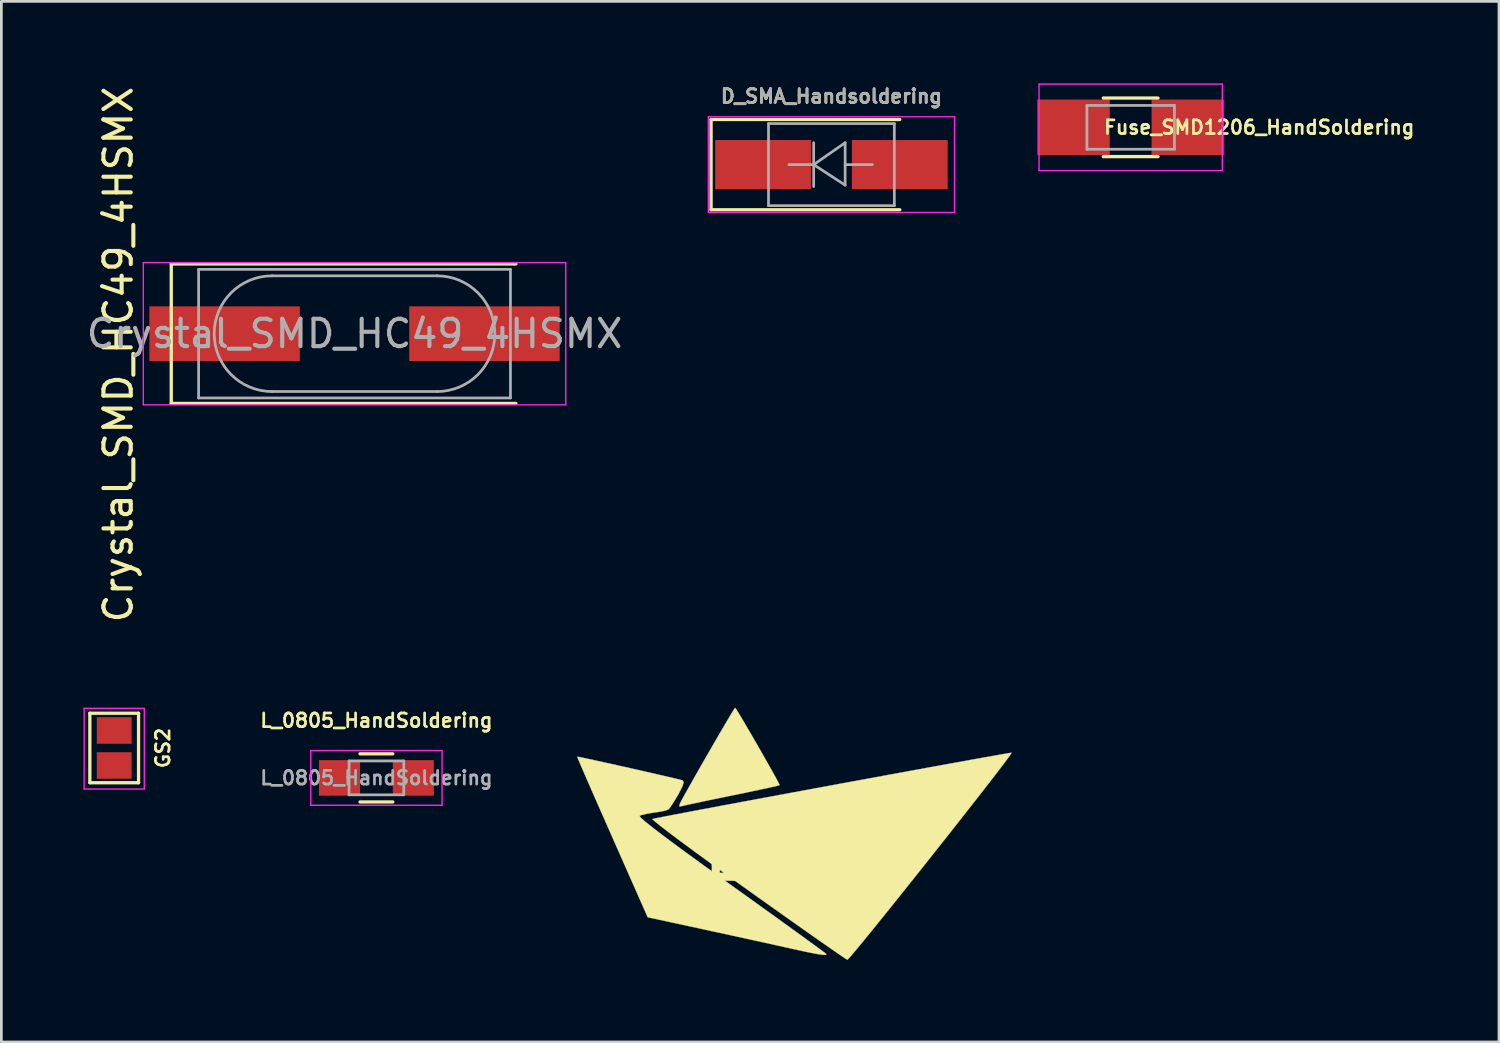
<source format=kicad_pcb>
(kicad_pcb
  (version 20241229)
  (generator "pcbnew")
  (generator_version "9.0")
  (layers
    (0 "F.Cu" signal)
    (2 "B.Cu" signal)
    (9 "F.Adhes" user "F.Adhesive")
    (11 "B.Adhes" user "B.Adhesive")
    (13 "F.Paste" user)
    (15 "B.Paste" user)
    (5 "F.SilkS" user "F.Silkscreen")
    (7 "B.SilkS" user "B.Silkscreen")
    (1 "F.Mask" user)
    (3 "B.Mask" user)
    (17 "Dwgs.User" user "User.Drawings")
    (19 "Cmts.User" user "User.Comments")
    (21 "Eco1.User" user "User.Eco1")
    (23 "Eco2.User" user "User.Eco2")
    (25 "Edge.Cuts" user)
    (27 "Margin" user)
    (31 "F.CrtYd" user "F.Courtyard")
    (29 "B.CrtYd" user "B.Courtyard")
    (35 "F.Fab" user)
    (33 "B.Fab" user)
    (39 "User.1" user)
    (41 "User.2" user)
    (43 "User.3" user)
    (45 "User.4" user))
  (footprint "D_SMA_Handsoldering"
    (layer "F.Cu")
    (at 27.346 2.968)
    (property "Reference" "D_SMA_Handsoldering" (at 0 -2.5 0) (layer "F.SilkS") (effects (font (size 0.5 0.5) (thickness 0.1))))
    (attr smd)
    (fp_line (start -4.4 -1.65) (end -4.4 1.65) (stroke (width 0.12) (type solid)) (layer "F.SilkS"))
    (fp_line (start -4.4 -1.65) (end 2.5 -1.65) (stroke (width 0.12) (type solid)) (layer "F.SilkS"))
    (fp_line (start -4.4 1.65) (end 2.5 1.65) (stroke (width 0.12) (type solid)) (layer "F.SilkS"))
    (fp_line (start -4.5 -1.75) (end 4.5 -1.75) (stroke (width 0.05) (type solid)) (layer "F.CrtYd"))
    (fp_line (start -4.5 1.75) (end -4.5 -1.75) (stroke (width 0.05) (type solid)) (layer "F.CrtYd"))
    (fp_line (start 4.5 -1.75) (end 4.5 1.75) (stroke (width 0.05) (type solid)) (layer "F.CrtYd"))
    (fp_line (start 4.5 1.75) (end -4.5 1.75) (stroke (width 0.05) (type solid)) (layer "F.CrtYd"))
    (fp_line (start -2.3 1.5) (end -2.3 -1.5) (stroke (width 0.1) (type solid)) (layer "F.Fab"))
    (fp_line (start -0.649 -0.799) (end -0.649 0.801) (stroke (width 0.1) (type solid)) (layer "F.Fab"))
    (fp_line (start -0.649 0.001) (end -1.551 0.001) (stroke (width 0.1) (type solid)) (layer "F.Fab"))
    (fp_line (start -0.649 0.001) (end 0.501 -0.799) (stroke (width 0.1) (type solid)) (layer "F.Fab"))
    (fp_line (start -0.649 0.001) (end 0.501 0.75) (stroke (width 0.1) (type solid)) (layer "F.Fab"))
    (fp_line (start 0.501 0.001) (end 1.499 0.001) (stroke (width 0.1) (type solid)) (layer "F.Fab"))
    (fp_line (start 0.501 0.75) (end 0.501 -0.799) (stroke (width 0.1) (type solid)) (layer "F.Fab"))
    (fp_line (start 2.3 -1.5) (end -2.3 -1.5) (stroke (width 0.1) (type solid)) (layer "F.Fab"))
    (fp_line (start 2.3 -1.5) (end 2.3 1.5) (stroke (width 0.1) (type solid)) (layer "F.Fab"))
    (fp_line (start 2.3 1.5) (end -2.3 1.5) (stroke (width 0.1) (type solid)) (layer "F.Fab"))
    (fp_text user "${REFERENCE}" (at 0 -2.5 0) (layer "F.Fab") (effects (font (size 0.5 0.5) (thickness 0.1))))
    (pad "1" smd rect (at -2.5 0) (size 3.5 1.8) (layers "F.Cu" "F.Mask" "F.Paste"))
    (pad "2" smd rect (at 2.5 0) (size 3.5 1.8) (layers "F.Cu" "F.Mask" "F.Paste")))
  (footprint "GS2"
    (layer "F.Cu")
    (at 1.125 24.296)
    (property "Reference" "GS2" (at 1.78 0 90) (layer "F.SilkS") (effects (font (size 0.5 0.5) (thickness 0.1))))
    (attr smd)
    (fp_line (start -0.89 -1.27) (end -0.89 1.27) (stroke (width 0.12) (type solid)) (layer "F.SilkS"))
    (fp_line (start -0.89 -1.27) (end 0.89 -1.27) (stroke (width 0.12) (type solid)) (layer "F.SilkS"))
    (fp_line (start 0.89 1.27) (end -0.89 1.27) (stroke (width 0.12) (type solid)) (layer "F.SilkS"))
    (fp_line (start 0.89 1.27) (end 0.89 -1.27) (stroke (width 0.12) (type solid)) (layer "F.SilkS"))
    (fp_line (start -1.1 -1.45) (end 1.1 -1.45) (stroke (width 0.05) (type solid)) (layer "F.CrtYd"))
    (fp_line (start -1.1 1.5) (end -1.1 -1.45) (stroke (width 0.05) (type solid)) (layer "F.CrtYd"))
    (fp_line (start 1.1 -1.45) (end 1.1 1.5) (stroke (width 0.05) (type solid)) (layer "F.CrtYd"))
    (fp_line (start 1.1 1.5) (end -1.1 1.5) (stroke (width 0.05) (type solid)) (layer "F.CrtYd"))
    (pad "1" smd rect (at 0 -0.64) (size 1.27 0.97) (layers "F.Cu" "F.Mask" "F.Paste"))
    (pad "2" smd rect (at 0 0.64) (size 1.27 0.97) (layers "F.Cu" "F.Mask" "F.Paste")))
  (footprint "Fuse_SMD1206_HandSoldering"
    (layer "F.Cu")
    (at 38.286 1.605)
    (property "Reference" "Fuse_SMD1206_HandSoldering" (at 4.699 0 0) (layer "F.SilkS") (effects (font (size 0.5 0.5) (thickness 0.1))))
    (attr smd)
    (fp_line (start -1 -1.07) (end 1 -1.07) (stroke (width 0.12) (type solid)) (layer "F.SilkS"))
    (fp_line (start 1 1.07) (end -1 1.07) (stroke (width 0.12) (type solid)) (layer "F.SilkS"))
    (fp_line (start -3.35 -1.58) (end -3.35 1.58) (stroke (width 0.05) (type solid)) (layer "F.CrtYd"))
    (fp_line (start -3.35 -1.58) (end 3.35 -1.58) (stroke (width 0.05) (type solid)) (layer "F.CrtYd"))
    (fp_line (start 3.35 1.58) (end -3.35 1.58) (stroke (width 0.05) (type solid)) (layer "F.CrtYd"))
    (fp_line (start 3.35 1.58) (end 3.35 -1.58) (stroke (width 0.05) (type solid)) (layer "F.CrtYd"))
    (fp_line (start -1.6 -0.8) (end 1.6 -0.8) (stroke (width 0.1) (type solid)) (layer "F.Fab"))
    (fp_line (start -1.6 0.8) (end -1.6 -0.8) (stroke (width 0.1) (type solid)) (layer "F.Fab"))
    (fp_line (start 1.6 -0.8) (end 1.6 0.8) (stroke (width 0.1) (type solid)) (layer "F.Fab"))
    (fp_line (start 1.6 0.8) (end -1.6 0.8) (stroke (width 0.1) (type solid)) (layer "F.Fab"))
    (pad "1" smd rect (at -2.09 0 90) (size 2.03 2.65) (layers "F.Cu" "F.Mask" "F.Paste"))
    (pad "2" smd rect (at 2.09 0 90) (size 2.03 2.65) (layers "F.Cu" "F.Mask" "F.Paste")))
  (footprint "Crystal_SMD_HC49_4HSMX"
    (layer "F.Cu")
    (at 9.911 9.149)
    (property "Reference" "Crystal_SMD_HC49_4HSMX" (at -8.636 0.762 90) (layer "F.SilkS") (effects (font (size 1 1) (thickness 0.15))))
    (attr smd)
    (fp_line (start -6.7 -2.55) (end -6.7 2.55) (stroke (width 0.12) (type solid)) (layer "F.SilkS"))
    (fp_line (start -6.7 2.55) (end 5.9 2.55) (stroke (width 0.12) (type solid)) (layer "F.SilkS"))
    (fp_line (start 5.9 -2.55) (end -6.7 -2.55) (stroke (width 0.12) (type solid)) (layer "F.SilkS"))
    (fp_line (start -7.722 -2.6) (end -7.722 2.6) (stroke (width 0.05) (type solid)) (layer "F.CrtYd"))
    (fp_line (start -7.722 2.6) (end 7.722 2.6) (stroke (width 0.05) (type solid)) (layer "F.CrtYd"))
    (fp_line (start 7.722 -2.6) (end -7.722 -2.6) (stroke (width 0.05) (type solid)) (layer "F.CrtYd"))
    (fp_line (start 7.722 2.6) (end 7.722 -2.6) (stroke (width 0.05) (type solid)) (layer "F.CrtYd"))
    (fp_line (start -5.7 -2.35) (end -5.7 2.35) (stroke (width 0.1) (type solid)) (layer "F.Fab"))
    (fp_line (start -5.7 2.35) (end 5.7 2.35) (stroke (width 0.1) (type solid)) (layer "F.Fab"))
    (fp_line (start -3.015 -2.115) (end 3.015 -2.115) (stroke (width 0.1) (type solid)) (layer "F.Fab"))
    (fp_line (start -3.015 2.115) (end 3.015 2.115) (stroke (width 0.1) (type solid)) (layer "F.Fab"))
    (fp_line (start 5.7 -2.35) (end -5.7 -2.35) (stroke (width 0.1) (type solid)) (layer "F.Fab"))
    (fp_line (start 5.7 2.35) (end 5.7 -2.35) (stroke (width 0.1) (type solid)) (layer "F.Fab"))
    (fp_arc (start -3.015 2.115) (mid -5.13 0) (end -3.015 -2.115) (stroke (width 0.1) (type solid)) (layer "F.Fab"))
    (fp_arc (start 3.015 -2.115) (mid 5.13 0) (end 3.015 2.115) (stroke (width 0.1) (type solid)) (layer "F.Fab"))
    (fp_text user "${REFERENCE}" (at 0 0 0) (layer "F.Fab") (effects (font (size 1 1) (thickness 0.15))))
    (pad "1" smd rect (at -4.75 0) (size 5.5 2) (layers "F.Cu" "F.Mask" "F.Paste"))
    (pad "2" smd rect (at 4.75 0) (size 5.5 2) (layers "F.Cu" "F.Mask" "F.Paste")))
  (footprint "LOGO"
    (layer "F.Cu")
    (at 25.729 28.312)
    (property "Reference" "LOGO" (at 0 0 0) (layer "F.SilkS") (effects (font (size 1.524 1.524) (thickness 0.3))))
    (attr through_hole)
    (fp_poly (pts (xy -1.839 -5.393) (xy -1.711 -5.185) (xy -1.536 -4.889) (xy -1.328 -4.534) (xy -1.103 -4.146) (xy -0.878 -3.754) (xy -0.668 -3.383) (xy -0.488 -3.063) (xy -0.355 -2.819) (xy -0.284 -2.68) (xy -0.276 -2.659) (xy -0.365 -2.633) (xy -0.594 -2.58) (xy -0.939 -2.505) (xy -1.374 -2.413) (xy -1.874 -2.309) (xy -1.995 -2.285) (xy -2.516 -2.178) (xy -2.988 -2.08) (xy -3.382 -1.996) (xy -3.671 -1.934) (xy -3.826 -1.897) (xy -3.838 -1.894) (xy -3.942 -1.877) (xy -3.937 -1.949) (xy -3.891 -2.045) (xy -3.776 -2.259) (xy -3.605 -2.565) (xy -3.394 -2.939) (xy -3.155 -3.358) (xy -2.903 -3.797) (xy -2.652 -4.231) (xy -2.416 -4.636) (xy -2.209 -4.989) (xy -2.045 -5.264) (xy -1.938 -5.437) (xy -1.902 -5.486) (xy -1.839 -5.393)) (stroke (width 0.01) (type solid)) (fill yes) (layer "F.SilkS"))
    (fp_poly (pts (xy 8.161 -3.771) (xy 8.024 -3.582) (xy 7.804 -3.29) (xy 7.512 -2.91) (xy 7.159 -2.455) (xy 6.756 -1.94) (xy 6.316 -1.379) (xy 5.849 -0.786) (xy 5.366 -0.177) (xy 4.88 0.436) (xy 4.402 1.036) (xy 3.942 1.611) (xy 3.512 2.146) (xy 3.124 2.626) (xy 2.789 3.037) (xy 2.519 3.364) (xy 2.324 3.594) (xy 2.216 3.713) (xy 2.199 3.725) (xy 2.121 3.678) (xy 1.918 3.541) (xy 1.603 3.323) (xy 1.19 3.035) (xy 0.691 2.685) (xy 0.12 2.282) (xy -0.51 1.836) (xy -1.187 1.355) (xy -1.446 1.17) (xy -2.132 0.68) (xy -2.771 0.219) (xy -3.35 -0.203) (xy -3.857 -0.577) (xy -4.281 -0.894) (xy -4.608 -1.145) (xy -4.826 -1.32) (xy -4.923 -1.41) (xy -4.925 -1.42) (xy -4.816 -1.445) (xy -4.559 -1.496) (xy -4.168 -1.571) (xy -3.659 -1.668) (xy -3.047 -1.784) (xy -2.348 -1.915) (xy -1.577 -2.059) (xy -0.749 -2.213) (xy 0.12 -2.374) (xy 1.015 -2.539) (xy 1.92 -2.707) (xy 2.821 -2.872) (xy 3.701 -3.034) (xy 4.546 -3.189) (xy 5.341 -3.334) (xy 6.069 -3.466) (xy 6.715 -3.583) (xy 7.264 -3.682) (xy 7.702 -3.759) (xy 8.011 -3.813) (xy 8.177 -3.84) (xy 8.202 -3.842) (xy 8.161 -3.771)) (stroke (width 0.01) (type solid)) (fill yes) (layer "F.SilkS"))
    (fp_poly (pts (xy -7.593 -3.685) (xy -7.374 -3.639) (xy -7.046 -3.568) (xy -6.637 -3.478) (xy -6.176 -3.376) (xy -5.689 -3.267) (xy -5.206 -3.157) (xy -4.754 -3.054) (xy -4.362 -2.963) (xy -4.057 -2.891) (xy -3.867 -2.844) (xy -3.825 -2.832) (xy -3.785 -2.767) (xy -3.831 -2.611) (xy -3.969 -2.342) (xy -3.989 -2.307) (xy -4.142 -2.049) (xy -4.272 -1.853) (xy -4.347 -1.765) (xy -4.473 -1.723) (xy -4.704 -1.678) (xy -4.861 -1.656) (xy -5.13 -1.612) (xy -5.336 -1.562) (xy -5.399 -1.536) (xy -5.357 -1.472) (xy -5.179 -1.314) (xy -4.865 -1.064) (xy -4.419 -0.725) (xy -3.844 -0.299) (xy -3.141 0.213) (xy -2.314 0.809) (xy -2.032 1.011) (xy -1.355 1.495) (xy -0.722 1.95) (xy -0.145 2.365) (xy 0.363 2.732) (xy 0.787 3.04) (xy 1.116 3.28) (xy 1.337 3.443) (xy 1.435 3.52) (xy 1.439 3.524) (xy 1.4 3.548) (xy 1.27 3.542) (xy 1.031 3.504) (xy 0.667 3.431) (xy 0.158 3.32) (xy 0.085 3.303) (xy -0.311 3.215) (xy -0.832 3.1) (xy -1.439 2.967) (xy -2.089 2.824) (xy -2.745 2.682) (xy -3.036 2.619) (xy -5.099 2.172) (xy -5.252 1.827) (xy -5.766 0.665) (xy -6.214 -0.348) (xy -6.598 -1.217) (xy -6.919 -1.946) (xy -7.181 -2.541) (xy -7.384 -3.008) (xy -7.532 -3.35) (xy -7.627 -3.574) (xy -7.671 -3.684) (xy -7.675 -3.698) (xy -7.593 -3.685)) (stroke (width 0.01) (type solid)) (fill yes) (layer "F.SilkS")))
  (footprint "L_0805_HandSoldering"
    (layer "F.Cu")
    (at 10.711 25.389)
    (property "Reference" "L_0805_HandSoldering" (at 0 -2.1 0) (layer "F.SilkS") (effects (font (size 0.5 0.5) (thickness 0.1))))
    (attr smd)
    (fp_line (start -0.6 -0.88) (end 0.6 -0.88) (stroke (width 0.12) (type solid)) (layer "F.SilkS"))
    (fp_line (start 0.6 0.88) (end -0.6 0.88) (stroke (width 0.12) (type solid)) (layer "F.SilkS"))
    (fp_line (start -2.4 -1) (end -2.4 1) (stroke (width 0.05) (type solid)) (layer "F.CrtYd"))
    (fp_line (start -2.4 -1) (end 2.4 -1) (stroke (width 0.05) (type solid)) (layer "F.CrtYd"))
    (fp_line (start -2.4 1) (end 2.4 1) (stroke (width 0.05) (type solid)) (layer "F.CrtYd"))
    (fp_line (start 2.4 -1) (end 2.4 1) (stroke (width 0.05) (type solid)) (layer "F.CrtYd"))
    (fp_line (start -1 -0.62) (end 1 -0.62) (stroke (width 0.1) (type solid)) (layer "F.Fab"))
    (fp_line (start -1 0.62) (end -1 -0.62) (stroke (width 0.1) (type solid)) (layer "F.Fab"))
    (fp_line (start 1 -0.62) (end 1 0.62) (stroke (width 0.1) (type solid)) (layer "F.Fab"))
    (fp_line (start 1 0.62) (end -1 0.62) (stroke (width 0.1) (type solid)) (layer "F.Fab"))
    (fp_text user "${REFERENCE}" (at 0 0 0) (layer "F.Fab") (effects (font (size 0.5 0.5) (thickness 0.1))))
    (pad "1" smd rect (at -1.35 0) (size 1.5 1.3) (layers "F.Cu" "F.Mask" "F.Paste"))
    (pad "2" smd rect (at 1.35 0) (size 1.5 1.3) (layers "F.Cu" "F.Mask" "F.Paste")))
  (gr_rect
    (start -3 -3)
    (end 51.752 35.043)
    (stroke (width 0.1) (type default))
    (fill no)
    (layer "Edge.Cuts")))
</source>
